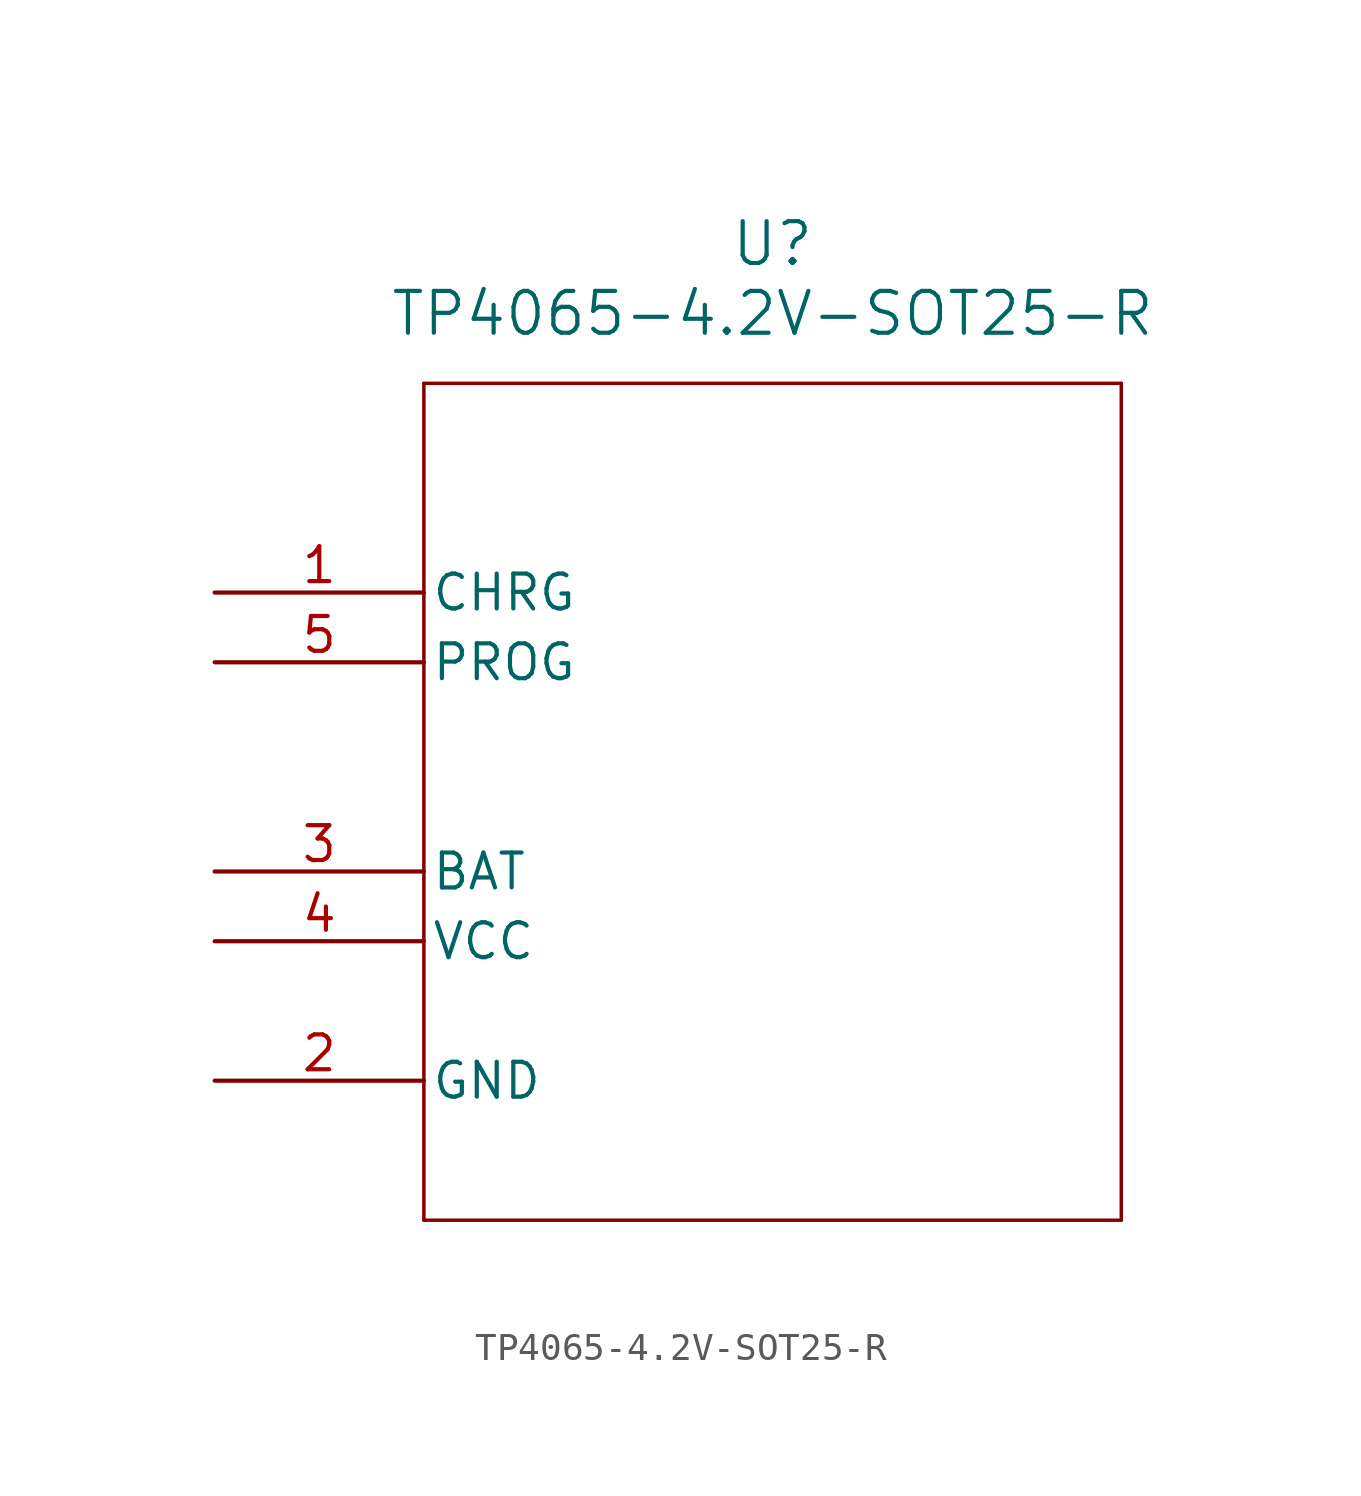
<source format=kicad_sym>
(kicad_symbol_lib
  (version 20211014)
  (generator kicad_symbol_editor)
  (symbol "TP4065-4.2V-SOT25-R"
    (pin_names
      (offset 0.254))
    (property "Reference" "U"
      (at 20.32 12.7 0)
      (effects (font (size 1.524 1.524))))
    (property "Value" "TP4065-4.2V-SOT25-R"
      (at 20.32 10.16 0)
      (effects (font (size 1.524 1.524))))
    (symbol "TP4065-4.2V-SOT25-R_0_1"
      (polyline (pts (xy 7.62 7.62) (xy 7.62 -22.86)) (stroke (width 0.127) (type default) (color 0 0 0 0)) (fill (type none)))
      (polyline (pts (xy 7.62 -22.86) (xy 33.02 -22.86)) (stroke (width 0.127) (type default) (color 0 0 0 0)) (fill (type none)))
      (polyline (pts (xy 33.02 -22.86) (xy 33.02 7.62)) (stroke (width 0.127) (type default) (color 0 0 0 0)) (fill (type none)))
      (polyline (pts (xy 33.02 7.62) (xy 7.62 7.62)) (stroke (width 0.127) (type default) (color 0 0 0 0)) (fill (type none)))
      (pin unspecified line (at 0 0 0) (length 7.62) (name "CHRG" (effects (font (size 1.27 1.27)))) (number "1" (effects (font (size 1.27 1.27)))))
      (pin power_out line (at 0 -17.78 0) (length 7.62) (name "GND" (effects (font (size 1.27 1.27)))) (number "2" (effects (font (size 1.27 1.27)))))
      (pin power_in line (at 0 -10.16 0) (length 7.62) (name "BAT" (effects (font (size 1.27 1.27)))) (number "3" (effects (font (size 1.27 1.27)))))
      (pin power_in line (at 0 -12.7 0) (length 7.62) (name "VCC" (effects (font (size 1.27 1.27)))) (number "4" (effects (font (size 1.27 1.27)))))
      (pin unspecified line (at 0 -2.54 0) (length 7.62) (name "PROG" (effects (font (size 1.27 1.27)))) (number "5" (effects (font (size 1.27 1.27))))))))
</source>
